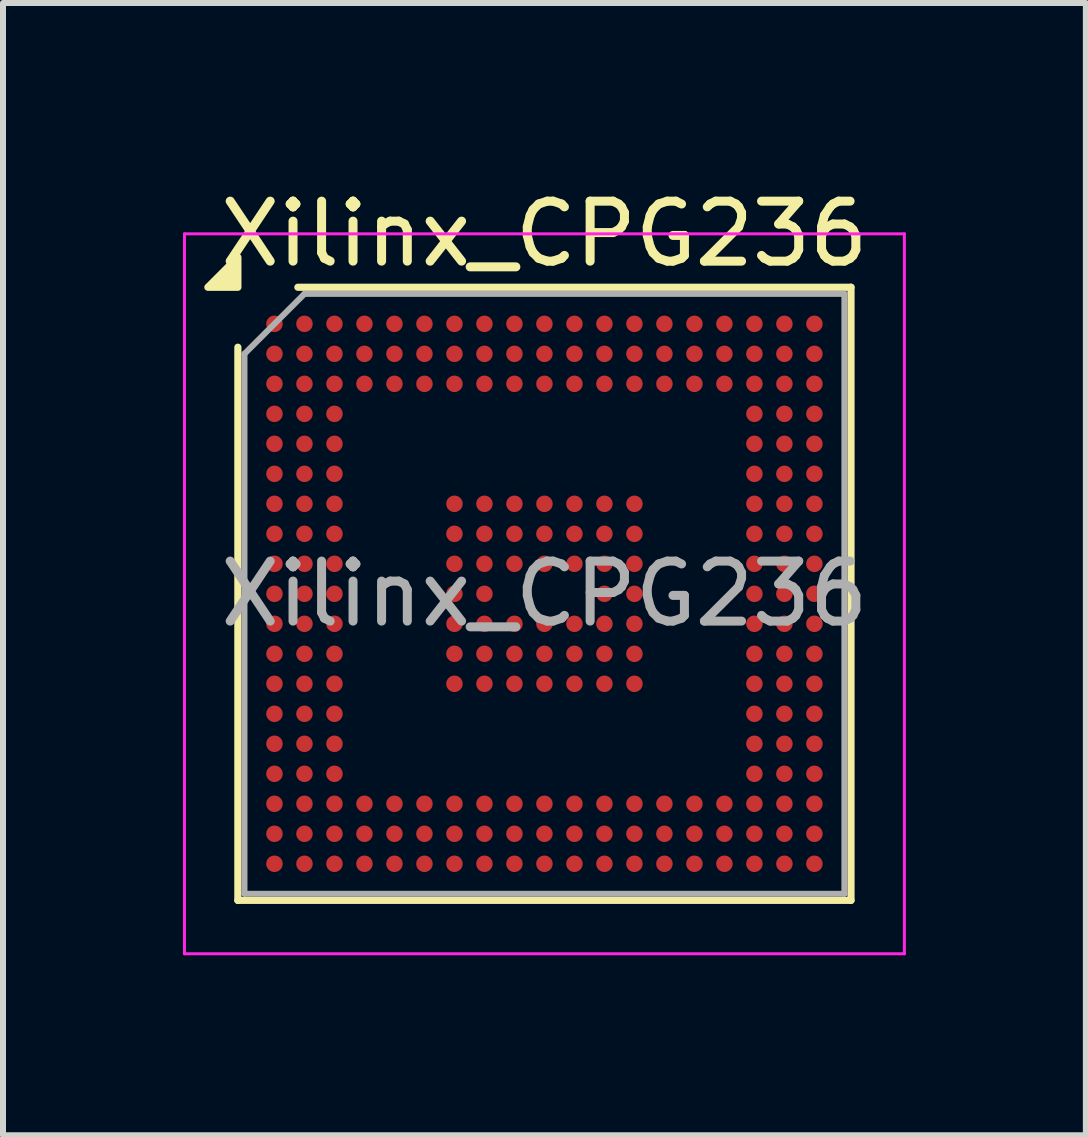
<source format=kicad_pcb>
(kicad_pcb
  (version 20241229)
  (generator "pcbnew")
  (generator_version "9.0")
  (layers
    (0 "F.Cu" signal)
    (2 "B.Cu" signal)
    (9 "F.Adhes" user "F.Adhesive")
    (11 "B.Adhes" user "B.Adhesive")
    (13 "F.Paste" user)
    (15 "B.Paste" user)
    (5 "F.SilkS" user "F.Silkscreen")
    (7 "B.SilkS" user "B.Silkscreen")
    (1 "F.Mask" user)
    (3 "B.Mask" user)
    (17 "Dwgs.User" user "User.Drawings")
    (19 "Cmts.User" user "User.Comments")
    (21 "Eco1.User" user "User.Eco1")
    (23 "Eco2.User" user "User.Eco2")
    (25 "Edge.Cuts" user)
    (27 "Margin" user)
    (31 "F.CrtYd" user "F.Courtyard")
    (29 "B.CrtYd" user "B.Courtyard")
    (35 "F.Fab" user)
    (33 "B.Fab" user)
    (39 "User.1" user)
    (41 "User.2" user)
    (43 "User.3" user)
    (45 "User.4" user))
  (footprint "Xilinx_CPG236"
    (layer "F.Cu")
    (at 6.025 6.848)
    (property "Reference" "Xilinx_CPG236" (at 0 -6 0) (layer "F.SilkS") (effects (font (size 1 1) (thickness 0.15))))
    (attr smd)
    (fp_line (start -5.11 5.11) (end -5.11 -4.11) (stroke (width 0.12) (type solid)) (layer "F.SilkS"))
    (fp_line (start -4.11 -5.11) (end 5.11 -5.11) (stroke (width 0.12) (type solid)) (layer "F.SilkS"))
    (fp_line (start 5.11 -5.11) (end 5.11 5.11) (stroke (width 0.12) (type solid)) (layer "F.SilkS"))
    (fp_line (start 5.11 5.11) (end -5.11 5.11) (stroke (width 0.12) (type solid)) (layer "F.SilkS"))
    (fp_poly (pts (xy -5.11 -5.11) (xy -5.61 -5.11) (xy -5.11 -5.61) (xy -5.11 -5.11)) (stroke (width 0.12) (type solid)) (fill yes) (layer "F.SilkS"))
    (fp_line (start -6 -6) (end -6 6) (stroke (width 0.05) (type solid)) (layer "F.CrtYd"))
    (fp_line (start -6 6) (end 6 6) (stroke (width 0.05) (type solid)) (layer "F.CrtYd"))
    (fp_line (start 6 -6) (end -6 -6) (stroke (width 0.05) (type solid)) (layer "F.CrtYd"))
    (fp_line (start 6 6) (end 6 -6) (stroke (width 0.05) (type solid)) (layer "F.CrtYd"))
    (fp_line (start -5 -4) (end -4 -5) (stroke (width 0.1) (type solid)) (layer "F.Fab"))
    (fp_line (start -5 5) (end -5 -4) (stroke (width 0.1) (type solid)) (layer "F.Fab"))
    (fp_line (start -4 -5) (end 5 -5) (stroke (width 0.1) (type solid)) (layer "F.Fab"))
    (fp_line (start 5 -5) (end 5 5) (stroke (width 0.1) (type solid)) (layer "F.Fab"))
    (fp_line (start 5 5) (end -5 5) (stroke (width 0.1) (type solid)) (layer "F.Fab"))
    (fp_text user "${REFERENCE}" (at 0 0 0) (layer "F.Fab") (effects (font (size 1 1) (thickness 0.15))))
    (pad "A1" smd circle (at -4.5 -4.5) (size 0.275 0.275) (property pad_prop_bga) (layers "F.Cu" "F.Mask" "F.Paste"))
    (pad "A2" smd circle (at -4 -4.5) (size 0.275 0.275) (property pad_prop_bga) (layers "F.Cu" "F.Mask" "F.Paste"))
    (pad "A3" smd circle (at -3.5 -4.5) (size 0.275 0.275) (property pad_prop_bga) (layers "F.Cu" "F.Mask" "F.Paste"))
    (pad "A4" smd circle (at -3 -4.5) (size 0.275 0.275) (property pad_prop_bga) (layers "F.Cu" "F.Mask" "F.Paste"))
    (pad "A5" smd circle (at -2.5 -4.5) (size 0.275 0.275) (property pad_prop_bga) (layers "F.Cu" "F.Mask" "F.Paste"))
    (pad "A6" smd circle (at -2 -4.5) (size 0.275 0.275) (property pad_prop_bga) (layers "F.Cu" "F.Mask" "F.Paste"))
    (pad "A7" smd circle (at -1.5 -4.5) (size 0.275 0.275) (property pad_prop_bga) (layers "F.Cu" "F.Mask" "F.Paste"))
    (pad "A8" smd circle (at -1 -4.5) (size 0.275 0.275) (property pad_prop_bga) (layers "F.Cu" "F.Mask" "F.Paste"))
    (pad "A9" smd circle (at -0.5 -4.5) (size 0.275 0.275) (property pad_prop_bga) (layers "F.Cu" "F.Mask" "F.Paste"))
    (pad "A10" smd circle (at 0 -4.5) (size 0.275 0.275) (property pad_prop_bga) (layers "F.Cu" "F.Mask" "F.Paste"))
    (pad "A11" smd circle (at 0.5 -4.5) (size 0.275 0.275) (property pad_prop_bga) (layers "F.Cu" "F.Mask" "F.Paste"))
    (pad "A12" smd circle (at 1 -4.5) (size 0.275 0.275) (property pad_prop_bga) (layers "F.Cu" "F.Mask" "F.Paste"))
    (pad "A13" smd circle (at 1.5 -4.5) (size 0.275 0.275) (property pad_prop_bga) (layers "F.Cu" "F.Mask" "F.Paste"))
    (pad "A14" smd circle (at 2 -4.5) (size 0.275 0.275) (property pad_prop_bga) (layers "F.Cu" "F.Mask" "F.Paste"))
    (pad "A15" smd circle (at 2.5 -4.5) (size 0.275 0.275) (property pad_prop_bga) (layers "F.Cu" "F.Mask" "F.Paste"))
    (pad "A16" smd circle (at 3 -4.5) (size 0.275 0.275) (property pad_prop_bga) (layers "F.Cu" "F.Mask" "F.Paste"))
    (pad "A17" smd circle (at 3.5 -4.5) (size 0.275 0.275) (property pad_prop_bga) (layers "F.Cu" "F.Mask" "F.Paste"))
    (pad "A18" smd circle (at 4 -4.5) (size 0.275 0.275) (property pad_prop_bga) (layers "F.Cu" "F.Mask" "F.Paste"))
    (pad "A19" smd circle (at 4.5 -4.5) (size 0.275 0.275) (property pad_prop_bga) (layers "F.Cu" "F.Mask" "F.Paste"))
    (pad "B1" smd circle (at -4.5 -4) (size 0.275 0.275) (property pad_prop_bga) (layers "F.Cu" "F.Mask" "F.Paste"))
    (pad "B2" smd circle (at -4 -4) (size 0.275 0.275) (property pad_prop_bga) (layers "F.Cu" "F.Mask" "F.Paste"))
    (pad "B3" smd circle (at -3.5 -4) (size 0.275 0.275) (property pad_prop_bga) (layers "F.Cu" "F.Mask" "F.Paste"))
    (pad "B4" smd circle (at -3 -4) (size 0.275 0.275) (property pad_prop_bga) (layers "F.Cu" "F.Mask" "F.Paste"))
    (pad "B5" smd circle (at -2.5 -4) (size 0.275 0.275) (property pad_prop_bga) (layers "F.Cu" "F.Mask" "F.Paste"))
    (pad "B6" smd circle (at -2 -4) (size 0.275 0.275) (property pad_prop_bga) (layers "F.Cu" "F.Mask" "F.Paste"))
    (pad "B7" smd circle (at -1.5 -4) (size 0.275 0.275) (property pad_prop_bga) (layers "F.Cu" "F.Mask" "F.Paste"))
    (pad "B8" smd circle (at -1 -4) (size 0.275 0.275) (property pad_prop_bga) (layers "F.Cu" "F.Mask" "F.Paste"))
    (pad "B9" smd circle (at -0.5 -4) (size 0.275 0.275) (property pad_prop_bga) (layers "F.Cu" "F.Mask" "F.Paste"))
    (pad "B10" smd circle (at 0 -4) (size 0.275 0.275) (property pad_prop_bga) (layers "F.Cu" "F.Mask" "F.Paste"))
    (pad "B11" smd circle (at 0.5 -4) (size 0.275 0.275) (property pad_prop_bga) (layers "F.Cu" "F.Mask" "F.Paste"))
    (pad "B12" smd circle (at 1 -4) (size 0.275 0.275) (property pad_prop_bga) (layers "F.Cu" "F.Mask" "F.Paste"))
    (pad "B13" smd circle (at 1.5 -4) (size 0.275 0.275) (property pad_prop_bga) (layers "F.Cu" "F.Mask" "F.Paste"))
    (pad "B14" smd circle (at 2 -4) (size 0.275 0.275) (property pad_prop_bga) (layers "F.Cu" "F.Mask" "F.Paste"))
    (pad "B15" smd circle (at 2.5 -4) (size 0.275 0.275) (property pad_prop_bga) (layers "F.Cu" "F.Mask" "F.Paste"))
    (pad "B16" smd circle (at 3 -4) (size 0.275 0.275) (property pad_prop_bga) (layers "F.Cu" "F.Mask" "F.Paste"))
    (pad "B17" smd circle (at 3.5 -4) (size 0.275 0.275) (property pad_prop_bga) (layers "F.Cu" "F.Mask" "F.Paste"))
    (pad "B18" smd circle (at 4 -4) (size 0.275 0.275) (property pad_prop_bga) (layers "F.Cu" "F.Mask" "F.Paste"))
    (pad "B19" smd circle (at 4.5 -4) (size 0.275 0.275) (property pad_prop_bga) (layers "F.Cu" "F.Mask" "F.Paste"))
    (pad "C1" smd circle (at -4.5 -3.5) (size 0.275 0.275) (property pad_prop_bga) (layers "F.Cu" "F.Mask" "F.Paste"))
    (pad "C2" smd circle (at -4 -3.5) (size 0.275 0.275) (property pad_prop_bga) (layers "F.Cu" "F.Mask" "F.Paste"))
    (pad "C3" smd circle (at -3.5 -3.5) (size 0.275 0.275) (property pad_prop_bga) (layers "F.Cu" "F.Mask" "F.Paste"))
    (pad "C4" smd circle (at -3 -3.5) (size 0.275 0.275) (property pad_prop_bga) (layers "F.Cu" "F.Mask" "F.Paste"))
    (pad "C5" smd circle (at -2.5 -3.5) (size 0.275 0.275) (property pad_prop_bga) (layers "F.Cu" "F.Mask" "F.Paste"))
    (pad "C6" smd circle (at -2 -3.5) (size 0.275 0.275) (property pad_prop_bga) (layers "F.Cu" "F.Mask" "F.Paste"))
    (pad "C7" smd circle (at -1.5 -3.5) (size 0.275 0.275) (property pad_prop_bga) (layers "F.Cu" "F.Mask" "F.Paste"))
    (pad "C8" smd circle (at -1 -3.5) (size 0.275 0.275) (property pad_prop_bga) (layers "F.Cu" "F.Mask" "F.Paste"))
    (pad "C9" smd circle (at -0.5 -3.5) (size 0.275 0.275) (property pad_prop_bga) (layers "F.Cu" "F.Mask" "F.Paste"))
    (pad "C10" smd circle (at 0 -3.5) (size 0.275 0.275) (property pad_prop_bga) (layers "F.Cu" "F.Mask" "F.Paste"))
    (pad "C11" smd circle (at 0.5 -3.5) (size 0.275 0.275) (property pad_prop_bga) (layers "F.Cu" "F.Mask" "F.Paste"))
    (pad "C12" smd circle (at 1 -3.5) (size 0.275 0.275) (property pad_prop_bga) (layers "F.Cu" "F.Mask" "F.Paste"))
    (pad "C13" smd circle (at 1.5 -3.5) (size 0.275 0.275) (property pad_prop_bga) (layers "F.Cu" "F.Mask" "F.Paste"))
    (pad "C14" smd circle (at 2 -3.5) (size 0.275 0.275) (property pad_prop_bga) (layers "F.Cu" "F.Mask" "F.Paste"))
    (pad "C15" smd circle (at 2.5 -3.5) (size 0.275 0.275) (property pad_prop_bga) (layers "F.Cu" "F.Mask" "F.Paste"))
    (pad "C16" smd circle (at 3 -3.5) (size 0.275 0.275) (property pad_prop_bga) (layers "F.Cu" "F.Mask" "F.Paste"))
    (pad "C17" smd circle (at 3.5 -3.5) (size 0.275 0.275) (property pad_prop_bga) (layers "F.Cu" "F.Mask" "F.Paste"))
    (pad "C18" smd circle (at 4 -3.5) (size 0.275 0.275) (property pad_prop_bga) (layers "F.Cu" "F.Mask" "F.Paste"))
    (pad "C19" smd circle (at 4.5 -3.5) (size 0.275 0.275) (property pad_prop_bga) (layers "F.Cu" "F.Mask" "F.Paste"))
    (pad "D1" smd circle (at -4.5 -3) (size 0.275 0.275) (property pad_prop_bga) (layers "F.Cu" "F.Mask" "F.Paste"))
    (pad "D2" smd circle (at -4 -3) (size 0.275 0.275) (property pad_prop_bga) (layers "F.Cu" "F.Mask" "F.Paste"))
    (pad "D3" smd circle (at -3.5 -3) (size 0.275 0.275) (property pad_prop_bga) (layers "F.Cu" "F.Mask" "F.Paste"))
    (pad "D17" smd circle (at 3.5 -3) (size 0.275 0.275) (property pad_prop_bga) (layers "F.Cu" "F.Mask" "F.Paste"))
    (pad "D18" smd circle (at 4 -3) (size 0.275 0.275) (property pad_prop_bga) (layers "F.Cu" "F.Mask" "F.Paste"))
    (pad "D19" smd circle (at 4.5 -3) (size 0.275 0.275) (property pad_prop_bga) (layers "F.Cu" "F.Mask" "F.Paste"))
    (pad "E1" smd circle (at -4.5 -2.5) (size 0.275 0.275) (property pad_prop_bga) (layers "F.Cu" "F.Mask" "F.Paste"))
    (pad "E2" smd circle (at -4 -2.5) (size 0.275 0.275) (property pad_prop_bga) (layers "F.Cu" "F.Mask" "F.Paste"))
    (pad "E3" smd circle (at -3.5 -2.5) (size 0.275 0.275) (property pad_prop_bga) (layers "F.Cu" "F.Mask" "F.Paste"))
    (pad "E17" smd circle (at 3.5 -2.5) (size 0.275 0.275) (property pad_prop_bga) (layers "F.Cu" "F.Mask" "F.Paste"))
    (pad "E18" smd circle (at 4 -2.5) (size 0.275 0.275) (property pad_prop_bga) (layers "F.Cu" "F.Mask" "F.Paste"))
    (pad "E19" smd circle (at 4.5 -2.5) (size 0.275 0.275) (property pad_prop_bga) (layers "F.Cu" "F.Mask" "F.Paste"))
    (pad "F1" smd circle (at -4.5 -2) (size 0.275 0.275) (property pad_prop_bga) (layers "F.Cu" "F.Mask" "F.Paste"))
    (pad "F2" smd circle (at -4 -2) (size 0.275 0.275) (property pad_prop_bga) (layers "F.Cu" "F.Mask" "F.Paste"))
    (pad "F3" smd circle (at -3.5 -2) (size 0.275 0.275) (property pad_prop_bga) (layers "F.Cu" "F.Mask" "F.Paste"))
    (pad "F17" smd circle (at 3.5 -2) (size 0.275 0.275) (property pad_prop_bga) (layers "F.Cu" "F.Mask" "F.Paste"))
    (pad "F18" smd circle (at 4 -2) (size 0.275 0.275) (property pad_prop_bga) (layers "F.Cu" "F.Mask" "F.Paste"))
    (pad "F19" smd circle (at 4.5 -2) (size 0.275 0.275) (property pad_prop_bga) (layers "F.Cu" "F.Mask" "F.Paste"))
    (pad "G1" smd circle (at -4.5 -1.5) (size 0.275 0.275) (property pad_prop_bga) (layers "F.Cu" "F.Mask" "F.Paste"))
    (pad "G2" smd circle (at -4 -1.5) (size 0.275 0.275) (property pad_prop_bga) (layers "F.Cu" "F.Mask" "F.Paste"))
    (pad "G3" smd circle (at -3.5 -1.5) (size 0.275 0.275) (property pad_prop_bga) (layers "F.Cu" "F.Mask" "F.Paste"))
    (pad "G7" smd circle (at -1.5 -1.5) (size 0.275 0.275) (property pad_prop_bga) (layers "F.Cu" "F.Mask" "F.Paste"))
    (pad "G8" smd circle (at -1 -1.5) (size 0.275 0.275) (property pad_prop_bga) (layers "F.Cu" "F.Mask" "F.Paste"))
    (pad "G9" smd circle (at -0.5 -1.5) (size 0.275 0.275) (property pad_prop_bga) (layers "F.Cu" "F.Mask" "F.Paste"))
    (pad "G10" smd circle (at 0 -1.5) (size 0.275 0.275) (property pad_prop_bga) (layers "F.Cu" "F.Mask" "F.Paste"))
    (pad "G11" smd circle (at 0.5 -1.5) (size 0.275 0.275) (property pad_prop_bga) (layers "F.Cu" "F.Mask" "F.Paste"))
    (pad "G12" smd circle (at 1 -1.5) (size 0.275 0.275) (property pad_prop_bga) (layers "F.Cu" "F.Mask" "F.Paste"))
    (pad "G13" smd circle (at 1.5 -1.5) (size 0.275 0.275) (property pad_prop_bga) (layers "F.Cu" "F.Mask" "F.Paste"))
    (pad "G17" smd circle (at 3.5 -1.5) (size 0.275 0.275) (property pad_prop_bga) (layers "F.Cu" "F.Mask" "F.Paste"))
    (pad "G18" smd circle (at 4 -1.5) (size 0.275 0.275) (property pad_prop_bga) (layers "F.Cu" "F.Mask" "F.Paste"))
    (pad "G19" smd circle (at 4.5 -1.5) (size 0.275 0.275) (property pad_prop_bga) (layers "F.Cu" "F.Mask" "F.Paste"))
    (pad "H1" smd circle (at -4.5 -1) (size 0.275 0.275) (property pad_prop_bga) (layers "F.Cu" "F.Mask" "F.Paste"))
    (pad "H2" smd circle (at -4 -1) (size 0.275 0.275) (property pad_prop_bga) (layers "F.Cu" "F.Mask" "F.Paste"))
    (pad "H3" smd circle (at -3.5 -1) (size 0.275 0.275) (property pad_prop_bga) (layers "F.Cu" "F.Mask" "F.Paste"))
    (pad "H7" smd circle (at -1.5 -1) (size 0.275 0.275) (property pad_prop_bga) (layers "F.Cu" "F.Mask" "F.Paste"))
    (pad "H8" smd circle (at -1 -1) (size 0.275 0.275) (property pad_prop_bga) (layers "F.Cu" "F.Mask" "F.Paste"))
    (pad "H9" smd circle (at -0.5 -1) (size 0.275 0.275) (property pad_prop_bga) (layers "F.Cu" "F.Mask" "F.Paste"))
    (pad "H10" smd circle (at 0 -1) (size 0.275 0.275) (property pad_prop_bga) (layers "F.Cu" "F.Mask" "F.Paste"))
    (pad "H11" smd circle (at 0.5 -1) (size 0.275 0.275) (property pad_prop_bga) (layers "F.Cu" "F.Mask" "F.Paste"))
    (pad "H12" smd circle (at 1 -1) (size 0.275 0.275) (property pad_prop_bga) (layers "F.Cu" "F.Mask" "F.Paste"))
    (pad "H13" smd circle (at 1.5 -1) (size 0.275 0.275) (property pad_prop_bga) (layers "F.Cu" "F.Mask" "F.Paste"))
    (pad "H17" smd circle (at 3.5 -1) (size 0.275 0.275) (property pad_prop_bga) (layers "F.Cu" "F.Mask" "F.Paste"))
    (pad "H18" smd circle (at 4 -1) (size 0.275 0.275) (property pad_prop_bga) (layers "F.Cu" "F.Mask" "F.Paste"))
    (pad "H19" smd circle (at 4.5 -1) (size 0.275 0.275) (property pad_prop_bga) (layers "F.Cu" "F.Mask" "F.Paste"))
    (pad "J1" smd circle (at -4.5 -0.5) (size 0.275 0.275) (property pad_prop_bga) (layers "F.Cu" "F.Mask" "F.Paste"))
    (pad "J2" smd circle (at -4 -0.5) (size 0.275 0.275) (property pad_prop_bga) (layers "F.Cu" "F.Mask" "F.Paste"))
    (pad "J3" smd circle (at -3.5 -0.5) (size 0.275 0.275) (property pad_prop_bga) (layers "F.Cu" "F.Mask" "F.Paste"))
    (pad "J7" smd circle (at -1.5 -0.5) (size 0.275 0.275) (property pad_prop_bga) (layers "F.Cu" "F.Mask" "F.Paste"))
    (pad "J8" smd circle (at -1 -0.5) (size 0.275 0.275) (property pad_prop_bga) (layers "F.Cu" "F.Mask" "F.Paste"))
    (pad "J9" smd circle (at -0.5 -0.5) (size 0.275 0.275) (property pad_prop_bga) (layers "F.Cu" "F.Mask" "F.Paste"))
    (pad "J10" smd circle (at 0 -0.5) (size 0.275 0.275) (property pad_prop_bga) (layers "F.Cu" "F.Mask" "F.Paste"))
    (pad "J11" smd circle (at 0.5 -0.5) (size 0.275 0.275) (property pad_prop_bga) (layers "F.Cu" "F.Mask" "F.Paste"))
    (pad "J12" smd circle (at 1 -0.5) (size 0.275 0.275) (property pad_prop_bga) (layers "F.Cu" "F.Mask" "F.Paste"))
    (pad "J13" smd circle (at 1.5 -0.5) (size 0.275 0.275) (property pad_prop_bga) (layers "F.Cu" "F.Mask" "F.Paste"))
    (pad "J17" smd circle (at 3.5 -0.5) (size 0.275 0.275) (property pad_prop_bga) (layers "F.Cu" "F.Mask" "F.Paste"))
    (pad "J18" smd circle (at 4 -0.5) (size 0.275 0.275) (property pad_prop_bga) (layers "F.Cu" "F.Mask" "F.Paste"))
    (pad "J19" smd circle (at 4.5 -0.5) (size 0.275 0.275) (property pad_prop_bga) (layers "F.Cu" "F.Mask" "F.Paste"))
    (pad "K1" smd circle (at -4.5 0) (size 0.275 0.275) (property pad_prop_bga) (layers "F.Cu" "F.Mask" "F.Paste"))
    (pad "K2" smd circle (at -4 0) (size 0.275 0.275) (property pad_prop_bga) (layers "F.Cu" "F.Mask" "F.Paste"))
    (pad "K3" smd circle (at -3.5 0) (size 0.275 0.275) (property pad_prop_bga) (layers "F.Cu" "F.Mask" "F.Paste"))
    (pad "K7" smd circle (at -1.5 0) (size 0.275 0.275) (property pad_prop_bga) (layers "F.Cu" "F.Mask" "F.Paste"))
    (pad "K8" smd circle (at -1 0) (size 0.275 0.275) (property pad_prop_bga) (layers "F.Cu" "F.Mask" "F.Paste"))
    (pad "K12" smd circle (at 1 0) (size 0.275 0.275) (property pad_prop_bga) (layers "F.Cu" "F.Mask" "F.Paste"))
    (pad "K13" smd circle (at 1.5 0) (size 0.275 0.275) (property pad_prop_bga) (layers "F.Cu" "F.Mask" "F.Paste"))
    (pad "K17" smd circle (at 3.5 0) (size 0.275 0.275) (property pad_prop_bga) (layers "F.Cu" "F.Mask" "F.Paste"))
    (pad "K18" smd circle (at 4 0) (size 0.275 0.275) (property pad_prop_bga) (layers "F.Cu" "F.Mask" "F.Paste"))
    (pad "K19" smd circle (at 4.5 0) (size 0.275 0.275) (property pad_prop_bga) (layers "F.Cu" "F.Mask" "F.Paste"))
    (pad "L1" smd circle (at -4.5 0.5) (size 0.275 0.275) (property pad_prop_bga) (layers "F.Cu" "F.Mask" "F.Paste"))
    (pad "L2" smd circle (at -4 0.5) (size 0.275 0.275) (property pad_prop_bga) (layers "F.Cu" "F.Mask" "F.Paste"))
    (pad "L3" smd circle (at -3.5 0.5) (size 0.275 0.275) (property pad_prop_bga) (layers "F.Cu" "F.Mask" "F.Paste"))
    (pad "L7" smd circle (at -1.5 0.5) (size 0.275 0.275) (property pad_prop_bga) (layers "F.Cu" "F.Mask" "F.Paste"))
    (pad "L8" smd circle (at -1 0.5) (size 0.275 0.275) (property pad_prop_bga) (layers "F.Cu" "F.Mask" "F.Paste"))
    (pad "L9" smd circle (at -0.5 0.5) (size 0.275 0.275) (property pad_prop_bga) (layers "F.Cu" "F.Mask" "F.Paste"))
    (pad "L10" smd circle (at 0 0.5) (size 0.275 0.275) (property pad_prop_bga) (layers "F.Cu" "F.Mask" "F.Paste"))
    (pad "L11" smd circle (at 0.5 0.5) (size 0.275 0.275) (property pad_prop_bga) (layers "F.Cu" "F.Mask" "F.Paste"))
    (pad "L12" smd circle (at 1 0.5) (size 0.275 0.275) (property pad_prop_bga) (layers "F.Cu" "F.Mask" "F.Paste"))
    (pad "L13" smd circle (at 1.5 0.5) (size 0.275 0.275) (property pad_prop_bga) (layers "F.Cu" "F.Mask" "F.Paste"))
    (pad "L17" smd circle (at 3.5 0.5) (size 0.275 0.275) (property pad_prop_bga) (layers "F.Cu" "F.Mask" "F.Paste"))
    (pad "L18" smd circle (at 4 0.5) (size 0.275 0.275) (property pad_prop_bga) (layers "F.Cu" "F.Mask" "F.Paste"))
    (pad "L19" smd circle (at 4.5 0.5) (size 0.275 0.275) (property pad_prop_bga) (layers "F.Cu" "F.Mask" "F.Paste"))
    (pad "M1" smd circle (at -4.5 1) (size 0.275 0.275) (property pad_prop_bga) (layers "F.Cu" "F.Mask" "F.Paste"))
    (pad "M2" smd circle (at -4 1) (size 0.275 0.275) (property pad_prop_bga) (layers "F.Cu" "F.Mask" "F.Paste"))
    (pad "M3" smd circle (at -3.5 1) (size 0.275 0.275) (property pad_prop_bga) (layers "F.Cu" "F.Mask" "F.Paste"))
    (pad "M7" smd circle (at -1.5 1) (size 0.275 0.275) (property pad_prop_bga) (layers "F.Cu" "F.Mask" "F.Paste"))
    (pad "M8" smd circle (at -1 1) (size 0.275 0.275) (property pad_prop_bga) (layers "F.Cu" "F.Mask" "F.Paste"))
    (pad "M9" smd circle (at -0.5 1) (size 0.275 0.275) (property pad_prop_bga) (layers "F.Cu" "F.Mask" "F.Paste"))
    (pad "M10" smd circle (at 0 1) (size 0.275 0.275) (property pad_prop_bga) (layers "F.Cu" "F.Mask" "F.Paste"))
    (pad "M11" smd circle (at 0.5 1) (size 0.275 0.275) (property pad_prop_bga) (layers "F.Cu" "F.Mask" "F.Paste"))
    (pad "M12" smd circle (at 1 1) (size 0.275 0.275) (property pad_prop_bga) (layers "F.Cu" "F.Mask" "F.Paste"))
    (pad "M13" smd circle (at 1.5 1) (size 0.275 0.275) (property pad_prop_bga) (layers "F.Cu" "F.Mask" "F.Paste"))
    (pad "M17" smd circle (at 3.5 1) (size 0.275 0.275) (property pad_prop_bga) (layers "F.Cu" "F.Mask" "F.Paste"))
    (pad "M18" smd circle (at 4 1) (size 0.275 0.275) (property pad_prop_bga) (layers "F.Cu" "F.Mask" "F.Paste"))
    (pad "M19" smd circle (at 4.5 1) (size 0.275 0.275) (property pad_prop_bga) (layers "F.Cu" "F.Mask" "F.Paste"))
    (pad "N1" smd circle (at -4.5 1.5) (size 0.275 0.275) (property pad_prop_bga) (layers "F.Cu" "F.Mask" "F.Paste"))
    (pad "N2" smd circle (at -4 1.5) (size 0.275 0.275) (property pad_prop_bga) (layers "F.Cu" "F.Mask" "F.Paste"))
    (pad "N3" smd circle (at -3.5 1.5) (size 0.275 0.275) (property pad_prop_bga) (layers "F.Cu" "F.Mask" "F.Paste"))
    (pad "N7" smd circle (at -1.5 1.5) (size 0.275 0.275) (property pad_prop_bga) (layers "F.Cu" "F.Mask" "F.Paste"))
    (pad "N8" smd circle (at -1 1.5) (size 0.275 0.275) (property pad_prop_bga) (layers "F.Cu" "F.Mask" "F.Paste"))
    (pad "N9" smd circle (at -0.5 1.5) (size 0.275 0.275) (property pad_prop_bga) (layers "F.Cu" "F.Mask" "F.Paste"))
    (pad "N10" smd circle (at 0 1.5) (size 0.275 0.275) (property pad_prop_bga) (layers "F.Cu" "F.Mask" "F.Paste"))
    (pad "N11" smd circle (at 0.5 1.5) (size 0.275 0.275) (property pad_prop_bga) (layers "F.Cu" "F.Mask" "F.Paste"))
    (pad "N12" smd circle (at 1 1.5) (size 0.275 0.275) (property pad_prop_bga) (layers "F.Cu" "F.Mask" "F.Paste"))
    (pad "N13" smd circle (at 1.5 1.5) (size 0.275 0.275) (property pad_prop_bga) (layers "F.Cu" "F.Mask" "F.Paste"))
    (pad "N17" smd circle (at 3.5 1.5) (size 0.275 0.275) (property pad_prop_bga) (layers "F.Cu" "F.Mask" "F.Paste"))
    (pad "N18" smd circle (at 4 1.5) (size 0.275 0.275) (property pad_prop_bga) (layers "F.Cu" "F.Mask" "F.Paste"))
    (pad "N19" smd circle (at 4.5 1.5) (size 0.275 0.275) (property pad_prop_bga) (layers "F.Cu" "F.Mask" "F.Paste"))
    (pad "P1" smd circle (at -4.5 2) (size 0.275 0.275) (property pad_prop_bga) (layers "F.Cu" "F.Mask" "F.Paste"))
    (pad "P2" smd circle (at -4 2) (size 0.275 0.275) (property pad_prop_bga) (layers "F.Cu" "F.Mask" "F.Paste"))
    (pad "P3" smd circle (at -3.5 2) (size 0.275 0.275) (property pad_prop_bga) (layers "F.Cu" "F.Mask" "F.Paste"))
    (pad "P17" smd circle (at 3.5 2) (size 0.275 0.275) (property pad_prop_bga) (layers "F.Cu" "F.Mask" "F.Paste"))
    (pad "P18" smd circle (at 4 2) (size 0.275 0.275) (property pad_prop_bga) (layers "F.Cu" "F.Mask" "F.Paste"))
    (pad "P19" smd circle (at 4.5 2) (size 0.275 0.275) (property pad_prop_bga) (layers "F.Cu" "F.Mask" "F.Paste"))
    (pad "R1" smd circle (at -4.5 2.5) (size 0.275 0.275) (property pad_prop_bga) (layers "F.Cu" "F.Mask" "F.Paste"))
    (pad "R2" smd circle (at -4 2.5) (size 0.275 0.275) (property pad_prop_bga) (layers "F.Cu" "F.Mask" "F.Paste"))
    (pad "R3" smd circle (at -3.5 2.5) (size 0.275 0.275) (property pad_prop_bga) (layers "F.Cu" "F.Mask" "F.Paste"))
    (pad "R17" smd circle (at 3.5 2.5) (size 0.275 0.275) (property pad_prop_bga) (layers "F.Cu" "F.Mask" "F.Paste"))
    (pad "R18" smd circle (at 4 2.5) (size 0.275 0.275) (property pad_prop_bga) (layers "F.Cu" "F.Mask" "F.Paste"))
    (pad "R19" smd circle (at 4.5 2.5) (size 0.275 0.275) (property pad_prop_bga) (layers "F.Cu" "F.Mask" "F.Paste"))
    (pad "T1" smd circle (at -4.5 3) (size 0.275 0.275) (property pad_prop_bga) (layers "F.Cu" "F.Mask" "F.Paste"))
    (pad "T2" smd circle (at -4 3) (size 0.275 0.275) (property pad_prop_bga) (layers "F.Cu" "F.Mask" "F.Paste"))
    (pad "T3" smd circle (at -3.5 3) (size 0.275 0.275) (property pad_prop_bga) (layers "F.Cu" "F.Mask" "F.Paste"))
    (pad "T17" smd circle (at 3.5 3) (size 0.275 0.275) (property pad_prop_bga) (layers "F.Cu" "F.Mask" "F.Paste"))
    (pad "T18" smd circle (at 4 3) (size 0.275 0.275) (property pad_prop_bga) (layers "F.Cu" "F.Mask" "F.Paste"))
    (pad "T19" smd circle (at 4.5 3) (size 0.275 0.275) (property pad_prop_bga) (layers "F.Cu" "F.Mask" "F.Paste"))
    (pad "U1" smd circle (at -4.5 3.5) (size 0.275 0.275) (property pad_prop_bga) (layers "F.Cu" "F.Mask" "F.Paste"))
    (pad "U2" smd circle (at -4 3.5) (size 0.275 0.275) (property pad_prop_bga) (layers "F.Cu" "F.Mask" "F.Paste"))
    (pad "U3" smd circle (at -3.5 3.5) (size 0.275 0.275) (property pad_prop_bga) (layers "F.Cu" "F.Mask" "F.Paste"))
    (pad "U4" smd circle (at -3 3.5) (size 0.275 0.275) (property pad_prop_bga) (layers "F.Cu" "F.Mask" "F.Paste"))
    (pad "U5" smd circle (at -2.5 3.5) (size 0.275 0.275) (property pad_prop_bga) (layers "F.Cu" "F.Mask" "F.Paste"))
    (pad "U6" smd circle (at -2 3.5) (size 0.275 0.275) (property pad_prop_bga) (layers "F.Cu" "F.Mask" "F.Paste"))
    (pad "U7" smd circle (at -1.5 3.5) (size 0.275 0.275) (property pad_prop_bga) (layers "F.Cu" "F.Mask" "F.Paste"))
    (pad "U8" smd circle (at -1 3.5) (size 0.275 0.275) (property pad_prop_bga) (layers "F.Cu" "F.Mask" "F.Paste"))
    (pad "U9" smd circle (at -0.5 3.5) (size 0.275 0.275) (property pad_prop_bga) (layers "F.Cu" "F.Mask" "F.Paste"))
    (pad "U10" smd circle (at 0 3.5) (size 0.275 0.275) (property pad_prop_bga) (layers "F.Cu" "F.Mask" "F.Paste"))
    (pad "U11" smd circle (at 0.5 3.5) (size 0.275 0.275) (property pad_prop_bga) (layers "F.Cu" "F.Mask" "F.Paste"))
    (pad "U12" smd circle (at 1 3.5) (size 0.275 0.275) (property pad_prop_bga) (layers "F.Cu" "F.Mask" "F.Paste"))
    (pad "U13" smd circle (at 1.5 3.5) (size 0.275 0.275) (property pad_prop_bga) (layers "F.Cu" "F.Mask" "F.Paste"))
    (pad "U14" smd circle (at 2 3.5) (size 0.275 0.275) (property pad_prop_bga) (layers "F.Cu" "F.Mask" "F.Paste"))
    (pad "U15" smd circle (at 2.5 3.5) (size 0.275 0.275) (property pad_prop_bga) (layers "F.Cu" "F.Mask" "F.Paste"))
    (pad "U16" smd circle (at 3 3.5) (size 0.275 0.275) (property pad_prop_bga) (layers "F.Cu" "F.Mask" "F.Paste"))
    (pad "U17" smd circle (at 3.5 3.5) (size 0.275 0.275) (property pad_prop_bga) (layers "F.Cu" "F.Mask" "F.Paste"))
    (pad "U18" smd circle (at 4 3.5) (size 0.275 0.275) (property pad_prop_bga) (layers "F.Cu" "F.Mask" "F.Paste"))
    (pad "U19" smd circle (at 4.5 3.5) (size 0.275 0.275) (property pad_prop_bga) (layers "F.Cu" "F.Mask" "F.Paste"))
    (pad "V1" smd circle (at -4.5 4) (size 0.275 0.275) (property pad_prop_bga) (layers "F.Cu" "F.Mask" "F.Paste"))
    (pad "V2" smd circle (at -4 4) (size 0.275 0.275) (property pad_prop_bga) (layers "F.Cu" "F.Mask" "F.Paste"))
    (pad "V3" smd circle (at -3.5 4) (size 0.275 0.275) (property pad_prop_bga) (layers "F.Cu" "F.Mask" "F.Paste"))
    (pad "V4" smd circle (at -3 4) (size 0.275 0.275) (property pad_prop_bga) (layers "F.Cu" "F.Mask" "F.Paste"))
    (pad "V5" smd circle (at -2.5 4) (size 0.275 0.275) (property pad_prop_bga) (layers "F.Cu" "F.Mask" "F.Paste"))
    (pad "V6" smd circle (at -2 4) (size 0.275 0.275) (property pad_prop_bga) (layers "F.Cu" "F.Mask" "F.Paste"))
    (pad "V7" smd circle (at -1.5 4) (size 0.275 0.275) (property pad_prop_bga) (layers "F.Cu" "F.Mask" "F.Paste"))
    (pad "V8" smd circle (at -1 4) (size 0.275 0.275) (property pad_prop_bga) (layers "F.Cu" "F.Mask" "F.Paste"))
    (pad "V9" smd circle (at -0.5 4) (size 0.275 0.275) (property pad_prop_bga) (layers "F.Cu" "F.Mask" "F.Paste"))
    (pad "V10" smd circle (at 0 4) (size 0.275 0.275) (property pad_prop_bga) (layers "F.Cu" "F.Mask" "F.Paste"))
    (pad "V11" smd circle (at 0.5 4) (size 0.275 0.275) (property pad_prop_bga) (layers "F.Cu" "F.Mask" "F.Paste"))
    (pad "V12" smd circle (at 1 4) (size 0.275 0.275) (property pad_prop_bga) (layers "F.Cu" "F.Mask" "F.Paste"))
    (pad "V13" smd circle (at 1.5 4) (size 0.275 0.275) (property pad_prop_bga) (layers "F.Cu" "F.Mask" "F.Paste"))
    (pad "V14" smd circle (at 2 4) (size 0.275 0.275) (property pad_prop_bga) (layers "F.Cu" "F.Mask" "F.Paste"))
    (pad "V15" smd circle (at 2.5 4) (size 0.275 0.275) (property pad_prop_bga) (layers "F.Cu" "F.Mask" "F.Paste"))
    (pad "V16" smd circle (at 3 4) (size 0.275 0.275) (property pad_prop_bga) (layers "F.Cu" "F.Mask" "F.Paste"))
    (pad "V17" smd circle (at 3.5 4) (size 0.275 0.275) (property pad_prop_bga) (layers "F.Cu" "F.Mask" "F.Paste"))
    (pad "V18" smd circle (at 4 4) (size 0.275 0.275) (property pad_prop_bga) (layers "F.Cu" "F.Mask" "F.Paste"))
    (pad "V19" smd circle (at 4.5 4) (size 0.275 0.275) (property pad_prop_bga) (layers "F.Cu" "F.Mask" "F.Paste"))
    (pad "W1" smd circle (at -4.5 4.5) (size 0.275 0.275) (property pad_prop_bga) (layers "F.Cu" "F.Mask" "F.Paste"))
    (pad "W2" smd circle (at -4 4.5) (size 0.275 0.275) (property pad_prop_bga) (layers "F.Cu" "F.Mask" "F.Paste"))
    (pad "W3" smd circle (at -3.5 4.5) (size 0.275 0.275) (property pad_prop_bga) (layers "F.Cu" "F.Mask" "F.Paste"))
    (pad "W4" smd circle (at -3 4.5) (size 0.275 0.275) (property pad_prop_bga) (layers "F.Cu" "F.Mask" "F.Paste"))
    (pad "W5" smd circle (at -2.5 4.5) (size 0.275 0.275) (property pad_prop_bga) (layers "F.Cu" "F.Mask" "F.Paste"))
    (pad "W6" smd circle (at -2 4.5) (size 0.275 0.275) (property pad_prop_bga) (layers "F.Cu" "F.Mask" "F.Paste"))
    (pad "W7" smd circle (at -1.5 4.5) (size 0.275 0.275) (property pad_prop_bga) (layers "F.Cu" "F.Mask" "F.Paste"))
    (pad "W8" smd circle (at -1 4.5) (size 0.275 0.275) (property pad_prop_bga) (layers "F.Cu" "F.Mask" "F.Paste"))
    (pad "W9" smd circle (at -0.5 4.5) (size 0.275 0.275) (property pad_prop_bga) (layers "F.Cu" "F.Mask" "F.Paste"))
    (pad "W10" smd circle (at 0 4.5) (size 0.275 0.275) (property pad_prop_bga) (layers "F.Cu" "F.Mask" "F.Paste"))
    (pad "W11" smd circle (at 0.5 4.5) (size 0.275 0.275) (property pad_prop_bga) (layers "F.Cu" "F.Mask" "F.Paste"))
    (pad "W12" smd circle (at 1 4.5) (size 0.275 0.275) (property pad_prop_bga) (layers "F.Cu" "F.Mask" "F.Paste"))
    (pad "W13" smd circle (at 1.5 4.5) (size 0.275 0.275) (property pad_prop_bga) (layers "F.Cu" "F.Mask" "F.Paste"))
    (pad "W14" smd circle (at 2 4.5) (size 0.275 0.275) (property pad_prop_bga) (layers "F.Cu" "F.Mask" "F.Paste"))
    (pad "W15" smd circle (at 2.5 4.5) (size 0.275 0.275) (property pad_prop_bga) (layers "F.Cu" "F.Mask" "F.Paste"))
    (pad "W16" smd circle (at 3 4.5) (size 0.275 0.275) (property pad_prop_bga) (layers "F.Cu" "F.Mask" "F.Paste"))
    (pad "W17" smd circle (at 3.5 4.5) (size 0.275 0.275) (property pad_prop_bga) (layers "F.Cu" "F.Mask" "F.Paste"))
    (pad "W18" smd circle (at 4 4.5) (size 0.275 0.275) (property pad_prop_bga) (layers "F.Cu" "F.Mask" "F.Paste"))
    (pad "W19" smd circle (at 4.5 4.5) (size 0.275 0.275) (property pad_prop_bga) (layers "F.Cu" "F.Mask" "F.Paste")))
  (gr_rect
    (start -3 -3)
    (end 15.05 15.873)
    (stroke (width 0.1) (type default))
    (fill no)
    (layer "Edge.Cuts")))
</source>
